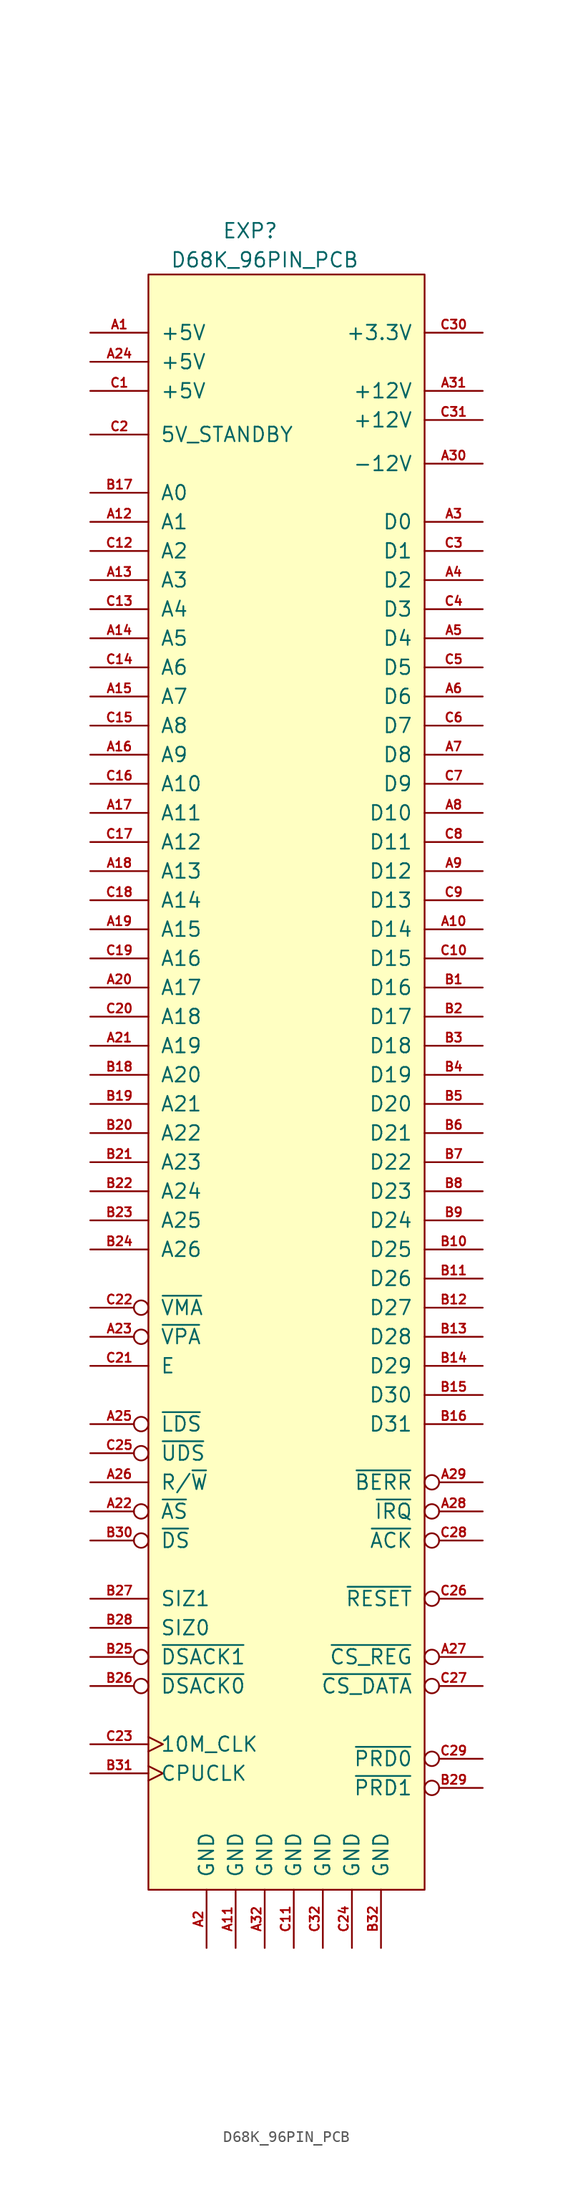
<source format=kicad_sym>
(kicad_symbol_lib
  (version 20220914)
  (generator kicad_symbol_editor)
  (symbol "D68K_96PIN_PCB"
    (pin_names
      (offset 1.016))
    (property "Reference" "EXP"
      (at -3.81 68.58 0)
      (effects (font (size 1.27 1.27))))
    (property "Value" "D68K_96PIN_PCB"
      (at -2.54 66.04 0)
      (effects (font (size 1.27 1.27))))
    (symbol "D68K_96PIN_PCB_0_1"
      (rectangle (start -12.7 64.77) (end 11.43 -76.2) (stroke (width 0) (type default)) (fill (type background))))
    (symbol "D68K_96PIN_PCB_1_1"
      (pin power_in line (at -17.78 59.69 0) (length 5.08) (name "+5V" (effects (font (size 1.27 1.27)))) (number "A1" (effects (font (size 0.787 0.787)))))
      (pin bidirectional line (at 16.51 7.62 180) (length 5.08) (name "D14" (effects (font (size 1.27 1.27)))) (number "A10" (effects (font (size 0.787 0.787)))))
      (pin power_in line (at -5.08 -81.28 90) (length 5.08) (name "GND" (effects (font (size 1.27 1.27)))) (number "A11" (effects (font (size 0.787 0.787)))))
      (pin input line (at -17.78 43.18 0) (length 5.08) (name "A1" (effects (font (size 1.27 1.27)))) (number "A12" (effects (font (size 0.787 0.787)))))
      (pin input line (at -17.78 38.1 0) (length 5.08) (name "A3" (effects (font (size 1.27 1.27)))) (number "A13" (effects (font (size 0.787 0.787)))))
      (pin input line (at -17.78 33.02 0) (length 5.08) (name "A5" (effects (font (size 1.27 1.27)))) (number "A14" (effects (font (size 0.787 0.787)))))
      (pin input line (at -17.78 27.94 0) (length 5.08) (name "A7" (effects (font (size 1.27 1.27)))) (number "A15" (effects (font (size 0.787 0.787)))))
      (pin input line (at -17.78 22.86 0) (length 5.08) (name "A9" (effects (font (size 1.27 1.27)))) (number "A16" (effects (font (size 0.787 0.787)))))
      (pin input line (at -17.78 17.78 0) (length 5.08) (name "A11" (effects (font (size 1.27 1.27)))) (number "A17" (effects (font (size 0.787 0.787)))))
      (pin input line (at -17.78 12.7 0) (length 5.08) (name "A13" (effects (font (size 1.27 1.27)))) (number "A18" (effects (font (size 0.787 0.787)))))
      (pin input line (at -17.78 7.62 0) (length 5.08) (name "A15" (effects (font (size 1.27 1.27)))) (number "A19" (effects (font (size 0.787 0.787)))))
      (pin power_in line (at -7.62 -81.28 90) (length 5.08) (name "GND" (effects (font (size 1.27 1.27)))) (number "A2" (effects (font (size 0.787 0.787)))))
      (pin input line (at -17.78 2.54 0) (length 5.08) (name "A17" (effects (font (size 1.27 1.27)))) (number "A20" (effects (font (size 0.787 0.787)))))
      (pin input line (at -17.78 -2.54 0) (length 5.08) (name "A19" (effects (font (size 1.27 1.27)))) (number "A21" (effects (font (size 0.787 0.787)))))
      (pin input inverted (at -17.78 -43.18 0) (length 5.08) (name "~{AS}" (effects (font (size 1.27 1.27)))) (number "A22" (effects (font (size 0.787 0.787)))))
      (pin tri_state inverted (at -17.78 -27.94 0) (length 5.08) (name "~{VPA}" (effects (font (size 1.27 1.27)))) (number "A23" (effects (font (size 0.787 0.787)))))
      (pin power_in line (at -17.78 57.15 0) (length 5.08) (name "+5V" (effects (font (size 1.27 1.27)))) (number "A24" (effects (font (size 0.787 0.787)))))
      (pin input inverted (at -17.78 -35.56 0) (length 5.08) (name "~{LDS}" (effects (font (size 1.27 1.27)))) (number "A25" (effects (font (size 0.787 0.787)))))
      (pin input line (at -17.78 -40.64 0) (length 5.08) (name "R/~{W}" (effects (font (size 1.27 1.27)))) (number "A26" (effects (font (size 0.787 0.787)))))
      (pin input inverted (at 16.51 -55.88 180) (length 5.08) (name "~{CS_REG}" (effects (font (size 1.27 1.27)))) (number "A27" (effects (font (size 0.787 0.787)))))
      (pin tri_state inverted (at 16.51 -43.18 180) (length 5.08) (name "~{IRQ}" (effects (font (size 1.27 1.27)))) (number "A28" (effects (font (size 0.787 0.787)))))
      (pin tri_state inverted (at 16.51 -40.64 180) (length 5.08) (name "~{BERR}" (effects (font (size 1.27 1.27)))) (number "A29" (effects (font (size 0.787 0.787)))))
      (pin bidirectional line (at 16.51 43.18 180) (length 5.08) (name "D0" (effects (font (size 1.27 1.27)))) (number "A3" (effects (font (size 0.787 0.787)))))
      (pin power_in line (at 16.51 48.26 180) (length 5.08) (name "-12V" (effects (font (size 1.27 1.27)))) (number "A30" (effects (font (size 0.787 0.787)))))
      (pin power_in line (at 16.51 54.61 180) (length 5.08) (name "+12V" (effects (font (size 1.27 1.27)))) (number "A31" (effects (font (size 0.787 0.787)))))
      (pin power_in line (at -2.54 -81.28 90) (length 5.08) (name "GND" (effects (font (size 1.27 1.27)))) (number "A32" (effects (font (size 0.787 0.787)))))
      (pin bidirectional line (at 16.51 38.1 180) (length 5.08) (name "D2" (effects (font (size 1.27 1.27)))) (number "A4" (effects (font (size 0.787 0.787)))))
      (pin bidirectional line (at 16.51 33.02 180) (length 5.08) (name "D4" (effects (font (size 1.27 1.27)))) (number "A5" (effects (font (size 0.787 0.787)))))
      (pin bidirectional line (at 16.51 27.94 180) (length 5.08) (name "D6" (effects (font (size 1.27 1.27)))) (number "A6" (effects (font (size 0.787 0.787)))))
      (pin bidirectional line (at 16.51 22.86 180) (length 5.08) (name "D8" (effects (font (size 1.27 1.27)))) (number "A7" (effects (font (size 0.787 0.787)))))
      (pin bidirectional line (at 16.51 17.78 180) (length 5.08) (name "D10" (effects (font (size 1.27 1.27)))) (number "A8" (effects (font (size 0.787 0.787)))))
      (pin bidirectional line (at 16.51 12.7 180) (length 5.08) (name "D12" (effects (font (size 1.27 1.27)))) (number "A9" (effects (font (size 0.787 0.787)))))
      (pin bidirectional line (at 16.51 2.54 180) (length 5.08) (name "D16" (effects (font (size 1.27 1.27)))) (number "B1" (effects (font (size 0.787 0.787)))))
      (pin bidirectional line (at 16.51 -20.32 180) (length 5.08) (name "D25" (effects (font (size 1.27 1.27)))) (number "B10" (effects (font (size 0.787 0.787)))))
      (pin bidirectional line (at 16.51 -22.86 180) (length 5.08) (name "D26" (effects (font (size 1.27 1.27)))) (number "B11" (effects (font (size 0.787 0.787)))))
      (pin bidirectional line (at 16.51 -25.4 180) (length 5.08) (name "D27" (effects (font (size 1.27 1.27)))) (number "B12" (effects (font (size 0.787 0.787)))))
      (pin bidirectional line (at 16.51 -27.94 180) (length 5.08) (name "D28" (effects (font (size 1.27 1.27)))) (number "B13" (effects (font (size 0.787 0.787)))))
      (pin bidirectional line (at 16.51 -30.48 180) (length 5.08) (name "D29" (effects (font (size 1.27 1.27)))) (number "B14" (effects (font (size 0.787 0.787)))))
      (pin bidirectional line (at 16.51 -33.02 180) (length 5.08) (name "D30" (effects (font (size 1.27 1.27)))) (number "B15" (effects (font (size 0.787 0.787)))))
      (pin bidirectional line (at 16.51 -35.56 180) (length 5.08) (name "D31" (effects (font (size 1.27 1.27)))) (number "B16" (effects (font (size 0.787 0.787)))))
      (pin input line (at -17.78 45.72 0) (length 5.08) (name "A0" (effects (font (size 1.27 1.27)))) (number "B17" (effects (font (size 0.787 0.787)))))
      (pin input line (at -17.78 -5.08 0) (length 5.08) (name "A20" (effects (font (size 1.27 1.27)))) (number "B18" (effects (font (size 0.787 0.787)))))
      (pin input line (at -17.78 -7.62 0) (length 5.08) (name "A21" (effects (font (size 1.27 1.27)))) (number "B19" (effects (font (size 0.787 0.787)))))
      (pin bidirectional line (at 16.51 0 180) (length 5.08) (name "D17" (effects (font (size 1.27 1.27)))) (number "B2" (effects (font (size 0.787 0.787)))))
      (pin input line (at -17.78 -10.16 0) (length 5.08) (name "A22" (effects (font (size 1.27 1.27)))) (number "B20" (effects (font (size 0.787 0.787)))))
      (pin input line (at -17.78 -12.7 0) (length 5.08) (name "A23" (effects (font (size 1.27 1.27)))) (number "B21" (effects (font (size 0.787 0.787)))))
      (pin input line (at -17.78 -15.24 0) (length 5.08) (name "A24" (effects (font (size 1.27 1.27)))) (number "B22" (effects (font (size 0.787 0.787)))))
      (pin input line (at -17.78 -17.78 0) (length 5.08) (name "A25" (effects (font (size 1.27 1.27)))) (number "B23" (effects (font (size 0.787 0.787)))))
      (pin input line (at -17.78 -20.32 0) (length 5.08) (name "A26" (effects (font (size 1.27 1.27)))) (number "B24" (effects (font (size 0.787 0.787)))))
      (pin open_collector inverted (at -17.78 -55.88 0) (length 5.08) (name "~{DSACK1}" (effects (font (size 1.27 1.27)))) (number "B25" (effects (font (size 0.787 0.787)))))
      (pin open_collector inverted (at -17.78 -58.42 0) (length 5.08) (name "~{DSACK0}" (effects (font (size 1.27 1.27)))) (number "B26" (effects (font (size 0.787 0.787)))))
      (pin input line (at -17.78 -50.8 0) (length 5.08) (name "SIZ1" (effects (font (size 1.27 1.27)))) (number "B27" (effects (font (size 0.787 0.787)))))
      (pin input line (at -17.78 -53.34 0) (length 5.08) (name "SIZ0" (effects (font (size 1.27 1.27)))) (number "B28" (effects (font (size 0.787 0.787)))))
      (pin output inverted (at 16.51 -67.31 180) (length 5.08) (name "~{PRD1}" (effects (font (size 1.27 1.27)))) (number "B29" (effects (font (size 0.787 0.787)))))
      (pin bidirectional line (at 16.51 -2.54 180) (length 5.08) (name "D18" (effects (font (size 1.27 1.27)))) (number "B3" (effects (font (size 0.787 0.787)))))
      (pin input inverted (at -17.78 -45.72 0) (length 5.08) (name "~{DS}" (effects (font (size 1.27 1.27)))) (number "B30" (effects (font (size 0.787 0.787)))))
      (pin input clock (at -17.78 -66.04 0) (length 5.08) (name "CPUCLK" (effects (font (size 1.27 1.27)))) (number "B31" (effects (font (size 0.787 0.787)))))
      (pin power_in line (at 7.62 -81.28 90) (length 5.08) (name "GND" (effects (font (size 1.27 1.27)))) (number "B32" (effects (font (size 0.787 0.787)))))
      (pin bidirectional line (at 16.51 -5.08 180) (length 5.08) (name "D19" (effects (font (size 1.27 1.27)))) (number "B4" (effects (font (size 0.787 0.787)))))
      (pin bidirectional line (at 16.51 -7.62 180) (length 5.08) (name "D20" (effects (font (size 1.27 1.27)))) (number "B5" (effects (font (size 0.787 0.787)))))
      (pin bidirectional line (at 16.51 -10.16 180) (length 5.08) (name "D21" (effects (font (size 1.27 1.27)))) (number "B6" (effects (font (size 0.787 0.787)))))
      (pin bidirectional line (at 16.51 -12.7 180) (length 5.08) (name "D22" (effects (font (size 1.27 1.27)))) (number "B7" (effects (font (size 0.787 0.787)))))
      (pin bidirectional line (at 16.51 -15.24 180) (length 5.08) (name "D23" (effects (font (size 1.27 1.27)))) (number "B8" (effects (font (size 0.787 0.787)))))
      (pin bidirectional line (at 16.51 -17.78 180) (length 5.08) (name "D24" (effects (font (size 1.27 1.27)))) (number "B9" (effects (font (size 0.787 0.787)))))
      (pin power_in line (at -17.78 54.61 0) (length 5.08) (name "+5V" (effects (font (size 1.27 1.27)))) (number "C1" (effects (font (size 0.787 0.787)))))
      (pin bidirectional line (at 16.51 5.08 180) (length 5.08) (name "D15" (effects (font (size 1.27 1.27)))) (number "C10" (effects (font (size 0.787 0.787)))))
      (pin power_in line (at 0 -81.28 90) (length 5.08) (name "GND" (effects (font (size 1.27 1.27)))) (number "C11" (effects (font (size 0.787 0.787)))))
      (pin input line (at -17.78 40.64 0) (length 5.08) (name "A2" (effects (font (size 1.27 1.27)))) (number "C12" (effects (font (size 0.787 0.787)))))
      (pin input line (at -17.78 35.56 0) (length 5.08) (name "A4" (effects (font (size 1.27 1.27)))) (number "C13" (effects (font (size 0.787 0.787)))))
      (pin input line (at -17.78 30.48 0) (length 5.08) (name "A6" (effects (font (size 1.27 1.27)))) (number "C14" (effects (font (size 0.787 0.787)))))
      (pin input line (at -17.78 25.4 0) (length 5.08) (name "A8" (effects (font (size 1.27 1.27)))) (number "C15" (effects (font (size 0.787 0.787)))))
      (pin input line (at -17.78 20.32 0) (length 5.08) (name "A10" (effects (font (size 1.27 1.27)))) (number "C16" (effects (font (size 0.787 0.787)))))
      (pin input line (at -17.78 15.24 0) (length 5.08) (name "A12" (effects (font (size 1.27 1.27)))) (number "C17" (effects (font (size 0.787 0.787)))))
      (pin input line (at -17.78 10.16 0) (length 5.08) (name "A14" (effects (font (size 1.27 1.27)))) (number "C18" (effects (font (size 0.787 0.787)))))
      (pin input line (at -17.78 5.08 0) (length 5.08) (name "A16" (effects (font (size 1.27 1.27)))) (number "C19" (effects (font (size 0.787 0.787)))))
      (pin power_in line (at -17.78 50.8 0) (length 5.08) (name "5V_STANDBY" (effects (font (size 1.27 1.27)))) (number "C2" (effects (font (size 0.787 0.787)))))
      (pin input line (at -17.78 0 0) (length 5.08) (name "A18" (effects (font (size 1.27 1.27)))) (number "C20" (effects (font (size 0.787 0.787)))))
      (pin input line (at -17.78 -30.48 0) (length 5.08) (name "E" (effects (font (size 1.27 1.27)))) (number "C21" (effects (font (size 0.787 0.787)))))
      (pin input inverted (at -17.78 -25.4 0) (length 5.08) (name "~{VMA}" (effects (font (size 1.27 1.27)))) (number "C22" (effects (font (size 0.787 0.787)))))
      (pin input clock (at -17.78 -63.5 0) (length 5.08) (name "10M_CLK" (effects (font (size 1.27 1.27)))) (number "C23" (effects (font (size 0.787 0.787)))))
      (pin power_in line (at 5.08 -81.28 90) (length 5.08) (name "GND" (effects (font (size 1.27 1.27)))) (number "C24" (effects (font (size 0.787 0.787)))))
      (pin input inverted (at -17.78 -38.1 0) (length 5.08) (name "~{UDS}" (effects (font (size 1.27 1.27)))) (number "C25" (effects (font (size 0.787 0.787)))))
      (pin input inverted (at 16.51 -50.8 180) (length 5.08) (name "~{RESET}" (effects (font (size 1.27 1.27)))) (number "C26" (effects (font (size 0.787 0.787)))))
      (pin input inverted (at 16.51 -58.42 180) (length 5.08) (name "~{CS_DATA}" (effects (font (size 1.27 1.27)))) (number "C27" (effects (font (size 0.787 0.787)))))
      (pin tri_state inverted (at 16.51 -45.72 180) (length 5.08) (name "~{ACK}" (effects (font (size 1.27 1.27)))) (number "C28" (effects (font (size 0.787 0.787)))))
      (pin output inverted (at 16.51 -64.77 180) (length 5.08) (name "~{PRD0}" (effects (font (size 1.27 1.27)))) (number "C29" (effects (font (size 0.787 0.787)))))
      (pin bidirectional line (at 16.51 40.64 180) (length 5.08) (name "D1" (effects (font (size 1.27 1.27)))) (number "C3" (effects (font (size 0.787 0.787)))))
      (pin power_in line (at 16.51 59.69 180) (length 5.08) (name "+3.3V" (effects (font (size 1.27 1.27)))) (number "C30" (effects (font (size 0.787 0.787)))))
      (pin power_in line (at 16.51 52.07 180) (length 5.08) (name "+12V" (effects (font (size 1.27 1.27)))) (number "C31" (effects (font (size 0.787 0.787)))))
      (pin power_in line (at 2.54 -81.28 90) (length 5.08) (name "GND" (effects (font (size 1.27 1.27)))) (number "C32" (effects (font (size 0.787 0.787)))))
      (pin bidirectional line (at 16.51 35.56 180) (length 5.08) (name "D3" (effects (font (size 1.27 1.27)))) (number "C4" (effects (font (size 0.787 0.787)))))
      (pin bidirectional line (at 16.51 30.48 180) (length 5.08) (name "D5" (effects (font (size 1.27 1.27)))) (number "C5" (effects (font (size 0.787 0.787)))))
      (pin bidirectional line (at 16.51 25.4 180) (length 5.08) (name "D7" (effects (font (size 1.27 1.27)))) (number "C6" (effects (font (size 0.787 0.787)))))
      (pin bidirectional line (at 16.51 20.32 180) (length 5.08) (name "D9" (effects (font (size 1.27 1.27)))) (number "C7" (effects (font (size 0.787 0.787)))))
      (pin bidirectional line (at 16.51 15.24 180) (length 5.08) (name "D11" (effects (font (size 1.27 1.27)))) (number "C8" (effects (font (size 0.787 0.787)))))
      (pin bidirectional line (at 16.51 10.16 180) (length 5.08) (name "D13" (effects (font (size 1.27 1.27)))) (number "C9" (effects (font (size 0.787 0.787))))))))
</source>
